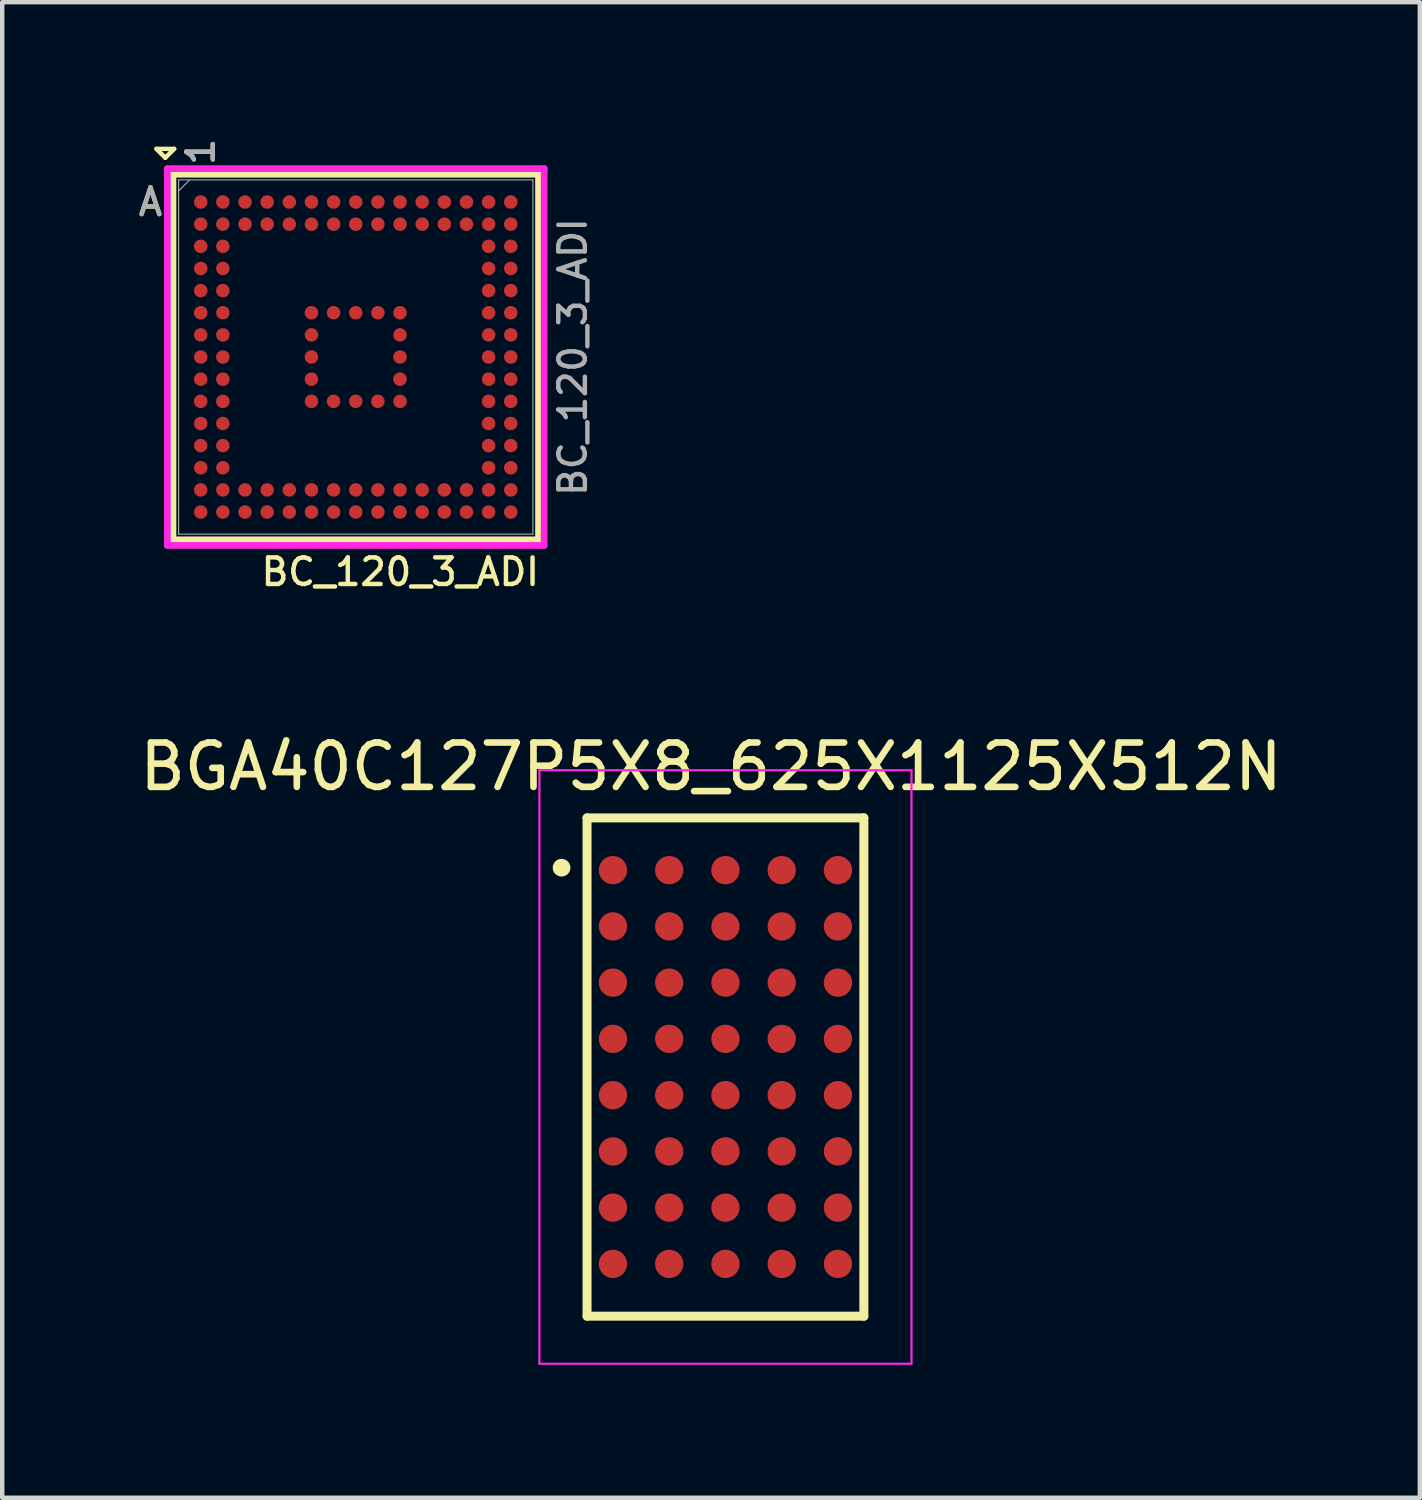
<source format=kicad_pcb>
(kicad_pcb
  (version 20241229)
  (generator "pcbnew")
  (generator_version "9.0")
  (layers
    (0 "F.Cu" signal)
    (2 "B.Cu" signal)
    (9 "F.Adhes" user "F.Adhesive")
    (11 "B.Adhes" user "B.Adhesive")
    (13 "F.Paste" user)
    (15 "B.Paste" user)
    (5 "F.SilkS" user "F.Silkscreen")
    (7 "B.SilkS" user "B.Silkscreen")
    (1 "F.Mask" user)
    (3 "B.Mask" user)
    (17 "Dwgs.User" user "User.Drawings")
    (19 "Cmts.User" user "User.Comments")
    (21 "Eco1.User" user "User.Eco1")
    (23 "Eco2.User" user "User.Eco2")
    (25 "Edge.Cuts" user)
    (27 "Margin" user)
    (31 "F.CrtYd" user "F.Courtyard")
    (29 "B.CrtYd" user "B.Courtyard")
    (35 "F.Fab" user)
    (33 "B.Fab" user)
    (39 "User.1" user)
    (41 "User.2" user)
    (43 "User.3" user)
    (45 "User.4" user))
  (footprint "BC_120_3_ADI"
    (layer "F.Cu")
    (at 4.982 5.011)
    (property "Reference" "BC_120_3_ADI" (at 4.2 4.5 0) (unlocked yes) (layer "F.SilkS") (effects (font (size 0.6 0.6) (thickness 0.1)) (justify right top)))
    (attr smd)
    (fp_line (start -4.5 -4.7) (end -4.1 -4.7) (stroke (width 0.1) (type default)) (layer "F.SilkS"))
    (fp_line (start -4.3 -4.5) (end -4.5 -4.7) (stroke (width 0.1) (type default)) (layer "F.SilkS"))
    (fp_line (start -4.127 -4.127) (end -4.127 4.127) (stroke (width 0.152) (type solid)) (layer "F.SilkS"))
    (fp_line (start -4.127 4.127) (end 4.127 4.127) (stroke (width 0.152) (type solid)) (layer "F.SilkS"))
    (fp_line (start -4.1 -4.7) (end -4.3 -4.5) (stroke (width 0.1) (type default)) (layer "F.SilkS"))
    (fp_line (start 4.127 -4.127) (end -4.127 -4.127) (stroke (width 0.152) (type solid)) (layer "F.SilkS"))
    (fp_line (start 4.127 4.127) (end 4.127 -4.127) (stroke (width 0.152) (type solid)) (layer "F.SilkS"))
    (fp_line (start -4.254 -4.254) (end 4.254 -4.254) (stroke (width 0.152) (type solid)) (layer "F.CrtYd"))
    (fp_line (start -4.254 4.254) (end -4.254 -4.254) (stroke (width 0.152) (type solid)) (layer "F.CrtYd"))
    (fp_line (start 4.254 -4.254) (end 4.254 4.254) (stroke (width 0.152) (type solid)) (layer "F.CrtYd"))
    (fp_line (start 4.254 4.254) (end -4.254 4.254) (stroke (width 0.152) (type solid)) (layer "F.CrtYd"))
    (fp_line (start -4 -4) (end -4 4) (stroke (width 0.025) (type solid)) (layer "F.Fab"))
    (fp_line (start -4 4) (end 4 4) (stroke (width 0.025) (type solid)) (layer "F.Fab"))
    (fp_line (start -3.75 -4) (end -4 -3.75) (stroke (width 0.025) (type solid)) (layer "F.Fab"))
    (fp_line (start 4 -4) (end -4 -4) (stroke (width 0.025) (type solid)) (layer "F.Fab"))
    (fp_line (start 4 4) (end 4 -4) (stroke (width 0.025) (type solid)) (layer "F.Fab"))
    (fp_text user "A" (at -4.635 -3.5 0) (unlocked yes) (layer "F.SilkS") (effects (font (size 0.6 0.6) (thickness 0.1) (bold yes))))
    (fp_text user "1" (at -3.5 -4.635 90) (unlocked yes) (layer "F.SilkS") (effects (font (size 0.6 0.6) (thickness 0.1))))
    (fp_text user "A" (at -4.635 -3.5 0) (unlocked yes) (layer "F.Fab") (effects (font (size 0.6 0.6) (thickness 0.1))))
    (fp_text user "1" (at -3.5 -4.635 90) (unlocked yes) (layer "F.Fab") (effects (font (size 0.6 0.6) (thickness 0.1))))
    (fp_text user "${REFERENCE}" (at 4.9 0 90) (unlocked yes) (layer "F.Fab") (effects (font (size 0.6 0.6) (thickness 0.1))))
    (pad "A1" smd circle (at -3.5 -3.5) (size 0.305 0.305) (layers "F.Cu" "F.Mask" "F.Paste"))
    (pad "A2" smd circle (at -3 -3.5) (size 0.305 0.305) (layers "F.Cu" "F.Mask" "F.Paste"))
    (pad "A3" smd circle (at -2.5 -3.5) (size 0.305 0.305) (layers "F.Cu" "F.Mask" "F.Paste"))
    (pad "A4" smd circle (at -2 -3.5) (size 0.305 0.305) (layers "F.Cu" "F.Mask" "F.Paste"))
    (pad "A5" smd circle (at -1.5 -3.5) (size 0.305 0.305) (layers "F.Cu" "F.Mask" "F.Paste"))
    (pad "A6" smd circle (at -1 -3.5) (size 0.305 0.305) (layers "F.Cu" "F.Mask" "F.Paste"))
    (pad "A7" smd circle (at -0.5 -3.5) (size 0.305 0.305) (layers "F.Cu" "F.Mask" "F.Paste"))
    (pad "A8" smd circle (at 0 -3.5) (size 0.305 0.305) (layers "F.Cu" "F.Mask" "F.Paste"))
    (pad "A9" smd circle (at 0.5 -3.5) (size 0.305 0.305) (layers "F.Cu" "F.Mask" "F.Paste"))
    (pad "A10" smd circle (at 1 -3.5) (size 0.305 0.305) (layers "F.Cu" "F.Mask" "F.Paste"))
    (pad "A11" smd circle (at 1.5 -3.5) (size 0.305 0.305) (layers "F.Cu" "F.Mask" "F.Paste"))
    (pad "A12" smd circle (at 2 -3.5) (size 0.305 0.305) (layers "F.Cu" "F.Mask" "F.Paste"))
    (pad "A13" smd circle (at 2.5 -3.5) (size 0.305 0.305) (layers "F.Cu" "F.Mask" "F.Paste"))
    (pad "A14" smd circle (at 3 -3.5) (size 0.305 0.305) (layers "F.Cu" "F.Mask" "F.Paste"))
    (pad "A15" smd circle (at 3.5 -3.5) (size 0.305 0.305) (layers "F.Cu" "F.Mask" "F.Paste"))
    (pad "B1" smd circle (at -3.5 -3) (size 0.305 0.305) (layers "F.Cu" "F.Mask" "F.Paste"))
    (pad "B2" smd circle (at -3 -3) (size 0.305 0.305) (layers "F.Cu" "F.Mask" "F.Paste"))
    (pad "B3" smd circle (at -2.5 -3) (size 0.305 0.305) (layers "F.Cu" "F.Mask" "F.Paste"))
    (pad "B4" smd circle (at -2 -3) (size 0.305 0.305) (layers "F.Cu" "F.Mask" "F.Paste"))
    (pad "B5" smd circle (at -1.5 -3) (size 0.305 0.305) (layers "F.Cu" "F.Mask" "F.Paste"))
    (pad "B6" smd circle (at -1 -3) (size 0.305 0.305) (layers "F.Cu" "F.Mask" "F.Paste"))
    (pad "B7" smd circle (at -0.5 -3) (size 0.305 0.305) (layers "F.Cu" "F.Mask" "F.Paste"))
    (pad "B8" smd circle (at 0 -3) (size 0.305 0.305) (layers "F.Cu" "F.Mask" "F.Paste"))
    (pad "B9" smd circle (at 0.5 -3) (size 0.305 0.305) (layers "F.Cu" "F.Mask" "F.Paste"))
    (pad "B10" smd circle (at 1 -3) (size 0.305 0.305) (layers "F.Cu" "F.Mask" "F.Paste"))
    (pad "B11" smd circle (at 1.5 -3) (size 0.305 0.305) (layers "F.Cu" "F.Mask" "F.Paste"))
    (pad "B12" smd circle (at 2 -3) (size 0.305 0.305) (layers "F.Cu" "F.Mask" "F.Paste"))
    (pad "B13" smd circle (at 2.5 -3) (size 0.305 0.305) (layers "F.Cu" "F.Mask" "F.Paste"))
    (pad "B14" smd circle (at 3 -3) (size 0.305 0.305) (layers "F.Cu" "F.Mask" "F.Paste"))
    (pad "B15" smd circle (at 3.5 -3) (size 0.305 0.305) (layers "F.Cu" "F.Mask" "F.Paste"))
    (pad "C1" smd circle (at -3.5 -2.5) (size 0.305 0.305) (layers "F.Cu" "F.Mask" "F.Paste"))
    (pad "C2" smd circle (at -3 -2.5) (size 0.305 0.305) (layers "F.Cu" "F.Mask" "F.Paste"))
    (pad "C14" smd circle (at 3 -2.5) (size 0.305 0.305) (layers "F.Cu" "F.Mask" "F.Paste"))
    (pad "C15" smd circle (at 3.5 -2.5) (size 0.305 0.305) (layers "F.Cu" "F.Mask" "F.Paste"))
    (pad "D1" smd circle (at -3.5 -2) (size 0.305 0.305) (layers "F.Cu" "F.Mask" "F.Paste"))
    (pad "D2" smd circle (at -3 -2) (size 0.305 0.305) (layers "F.Cu" "F.Mask" "F.Paste"))
    (pad "D14" smd circle (at 3 -2) (size 0.305 0.305) (layers "F.Cu" "F.Mask" "F.Paste"))
    (pad "D15" smd circle (at 3.5 -2) (size 0.305 0.305) (layers "F.Cu" "F.Mask" "F.Paste"))
    (pad "E1" smd circle (at -3.5 -1.5) (size 0.305 0.305) (layers "F.Cu" "F.Mask" "F.Paste"))
    (pad "E2" smd circle (at -3 -1.5) (size 0.305 0.305) (layers "F.Cu" "F.Mask" "F.Paste"))
    (pad "E14" smd circle (at 3 -1.5) (size 0.305 0.305) (layers "F.Cu" "F.Mask" "F.Paste"))
    (pad "E15" smd circle (at 3.5 -1.5) (size 0.305 0.305) (layers "F.Cu" "F.Mask" "F.Paste"))
    (pad "F1" smd circle (at -3.5 -1) (size 0.305 0.305) (layers "F.Cu" "F.Mask" "F.Paste"))
    (pad "F2" smd circle (at -3 -1) (size 0.305 0.305) (layers "F.Cu" "F.Mask" "F.Paste"))
    (pad "F6" smd circle (at -1 -1) (size 0.305 0.305) (layers "F.Cu" "F.Mask" "F.Paste"))
    (pad "F7" smd circle (at -0.5 -1) (size 0.305 0.305) (layers "F.Cu" "F.Mask" "F.Paste"))
    (pad "F8" smd circle (at 0 -1) (size 0.305 0.305) (layers "F.Cu" "F.Mask" "F.Paste"))
    (pad "F9" smd circle (at 0.5 -1) (size 0.305 0.305) (layers "F.Cu" "F.Mask" "F.Paste"))
    (pad "F10" smd circle (at 1 -1) (size 0.305 0.305) (layers "F.Cu" "F.Mask" "F.Paste"))
    (pad "F14" smd circle (at 3 -1) (size 0.305 0.305) (layers "F.Cu" "F.Mask" "F.Paste"))
    (pad "F15" smd circle (at 3.5 -1) (size 0.305 0.305) (layers "F.Cu" "F.Mask" "F.Paste"))
    (pad "G1" smd circle (at -3.5 -0.5) (size 0.305 0.305) (layers "F.Cu" "F.Mask" "F.Paste"))
    (pad "G2" smd circle (at -3 -0.5) (size 0.305 0.305) (layers "F.Cu" "F.Mask" "F.Paste"))
    (pad "G6" smd circle (at -1 -0.5) (size 0.305 0.305) (layers "F.Cu" "F.Mask" "F.Paste"))
    (pad "G10" smd circle (at 1 -0.5) (size 0.305 0.305) (layers "F.Cu" "F.Mask" "F.Paste"))
    (pad "G14" smd circle (at 3 -0.5) (size 0.305 0.305) (layers "F.Cu" "F.Mask" "F.Paste"))
    (pad "G15" smd circle (at 3.5 -0.5) (size 0.305 0.305) (layers "F.Cu" "F.Mask" "F.Paste"))
    (pad "H1" smd circle (at -3.5 0) (size 0.305 0.305) (layers "F.Cu" "F.Mask" "F.Paste"))
    (pad "H2" smd circle (at -3 0) (size 0.305 0.305) (layers "F.Cu" "F.Mask" "F.Paste"))
    (pad "H6" smd circle (at -1 0) (size 0.305 0.305) (layers "F.Cu" "F.Mask" "F.Paste"))
    (pad "H10" smd circle (at 1 0) (size 0.305 0.305) (layers "F.Cu" "F.Mask" "F.Paste"))
    (pad "H14" smd circle (at 3 0) (size 0.305 0.305) (layers "F.Cu" "F.Mask" "F.Paste"))
    (pad "H15" smd circle (at 3.5 0) (size 0.305 0.305) (layers "F.Cu" "F.Mask" "F.Paste"))
    (pad "J1" smd circle (at -3.5 0.5) (size 0.305 0.305) (layers "F.Cu" "F.Mask" "F.Paste"))
    (pad "J2" smd circle (at -3 0.5) (size 0.305 0.305) (layers "F.Cu" "F.Mask" "F.Paste"))
    (pad "J6" smd circle (at -1 0.5) (size 0.305 0.305) (layers "F.Cu" "F.Mask" "F.Paste"))
    (pad "J10" smd circle (at 1 0.5) (size 0.305 0.305) (layers "F.Cu" "F.Mask" "F.Paste"))
    (pad "J14" smd circle (at 3 0.5) (size 0.305 0.305) (layers "F.Cu" "F.Mask" "F.Paste"))
    (pad "J15" smd circle (at 3.5 0.5) (size 0.305 0.305) (layers "F.Cu" "F.Mask" "F.Paste"))
    (pad "K1" smd circle (at -3.5 1) (size 0.305 0.305) (layers "F.Cu" "F.Mask" "F.Paste"))
    (pad "K2" smd circle (at -3 1) (size 0.305 0.305) (layers "F.Cu" "F.Mask" "F.Paste"))
    (pad "K6" smd circle (at -1 1) (size 0.305 0.305) (layers "F.Cu" "F.Mask" "F.Paste"))
    (pad "K7" smd circle (at -0.5 1) (size 0.305 0.305) (layers "F.Cu" "F.Mask" "F.Paste"))
    (pad "K8" smd circle (at 0 1) (size 0.305 0.305) (layers "F.Cu" "F.Mask" "F.Paste"))
    (pad "K9" smd circle (at 0.5 1) (size 0.305 0.305) (layers "F.Cu" "F.Mask" "F.Paste"))
    (pad "K10" smd circle (at 1 1) (size 0.305 0.305) (layers "F.Cu" "F.Mask" "F.Paste"))
    (pad "K14" smd circle (at 3 1) (size 0.305 0.305) (layers "F.Cu" "F.Mask" "F.Paste"))
    (pad "K15" smd circle (at 3.5 1) (size 0.305 0.305) (layers "F.Cu" "F.Mask" "F.Paste"))
    (pad "L1" smd circle (at -3.5 1.5) (size 0.305 0.305) (layers "F.Cu" "F.Mask" "F.Paste"))
    (pad "L2" smd circle (at -3 1.5) (size 0.305 0.305) (layers "F.Cu" "F.Mask" "F.Paste"))
    (pad "L14" smd circle (at 3 1.5) (size 0.305 0.305) (layers "F.Cu" "F.Mask" "F.Paste"))
    (pad "L15" smd circle (at 3.5 1.5) (size 0.305 0.305) (layers "F.Cu" "F.Mask" "F.Paste"))
    (pad "M1" smd circle (at -3.5 2) (size 0.305 0.305) (layers "F.Cu" "F.Mask" "F.Paste"))
    (pad "M2" smd circle (at -3 2) (size 0.305 0.305) (layers "F.Cu" "F.Mask" "F.Paste"))
    (pad "M14" smd circle (at 3 2) (size 0.305 0.305) (layers "F.Cu" "F.Mask" "F.Paste"))
    (pad "M15" smd circle (at 3.5 2) (size 0.305 0.305) (layers "F.Cu" "F.Mask" "F.Paste"))
    (pad "N1" smd circle (at -3.5 2.5) (size 0.305 0.305) (layers "F.Cu" "F.Mask" "F.Paste"))
    (pad "N2" smd circle (at -3 2.5) (size 0.305 0.305) (layers "F.Cu" "F.Mask" "F.Paste"))
    (pad "N14" smd circle (at 3 2.5) (size 0.305 0.305) (layers "F.Cu" "F.Mask" "F.Paste"))
    (pad "N15" smd circle (at 3.5 2.5) (size 0.305 0.305) (layers "F.Cu" "F.Mask" "F.Paste"))
    (pad "P1" smd circle (at -3.5 3) (size 0.305 0.305) (layers "F.Cu" "F.Mask" "F.Paste"))
    (pad "P2" smd circle (at -3 3) (size 0.305 0.305) (layers "F.Cu" "F.Mask" "F.Paste"))
    (pad "P3" smd circle (at -2.5 3) (size 0.305 0.305) (layers "F.Cu" "F.Mask" "F.Paste"))
    (pad "P4" smd circle (at -2 3) (size 0.305 0.305) (layers "F.Cu" "F.Mask" "F.Paste"))
    (pad "P5" smd circle (at -1.5 3) (size 0.305 0.305) (layers "F.Cu" "F.Mask" "F.Paste"))
    (pad "P6" smd circle (at -1 3) (size 0.305 0.305) (layers "F.Cu" "F.Mask" "F.Paste"))
    (pad "P7" smd circle (at -0.5 3) (size 0.305 0.305) (layers "F.Cu" "F.Mask" "F.Paste"))
    (pad "P8" smd circle (at 0 3) (size 0.305 0.305) (layers "F.Cu" "F.Mask" "F.Paste"))
    (pad "P9" smd circle (at 0.5 3) (size 0.305 0.305) (layers "F.Cu" "F.Mask" "F.Paste"))
    (pad "P10" smd circle (at 1 3) (size 0.305 0.305) (layers "F.Cu" "F.Mask" "F.Paste"))
    (pad "P11" smd circle (at 1.5 3) (size 0.305 0.305) (layers "F.Cu" "F.Mask" "F.Paste"))
    (pad "P12" smd circle (at 2 3) (size 0.305 0.305) (layers "F.Cu" "F.Mask" "F.Paste"))
    (pad "P13" smd circle (at 2.5 3) (size 0.305 0.305) (layers "F.Cu" "F.Mask" "F.Paste"))
    (pad "P14" smd circle (at 3 3) (size 0.305 0.305) (layers "F.Cu" "F.Mask" "F.Paste"))
    (pad "P15" smd circle (at 3.5 3) (size 0.305 0.305) (layers "F.Cu" "F.Mask" "F.Paste"))
    (pad "R1" smd circle (at -3.5 3.5) (size 0.305 0.305) (layers "F.Cu" "F.Mask" "F.Paste"))
    (pad "R2" smd circle (at -3 3.5) (size 0.305 0.305) (layers "F.Cu" "F.Mask" "F.Paste"))
    (pad "R3" smd circle (at -2.5 3.5) (size 0.305 0.305) (layers "F.Cu" "F.Mask" "F.Paste"))
    (pad "R4" smd circle (at -2 3.5) (size 0.305 0.305) (layers "F.Cu" "F.Mask" "F.Paste"))
    (pad "R5" smd circle (at -1.5 3.5) (size 0.305 0.305) (layers "F.Cu" "F.Mask" "F.Paste"))
    (pad "R6" smd circle (at -1 3.5) (size 0.305 0.305) (layers "F.Cu" "F.Mask" "F.Paste"))
    (pad "R7" smd circle (at -0.5 3.5) (size 0.305 0.305) (layers "F.Cu" "F.Mask" "F.Paste"))
    (pad "R8" smd circle (at 0 3.5) (size 0.305 0.305) (layers "F.Cu" "F.Mask" "F.Paste"))
    (pad "R9" smd circle (at 0.5 3.5) (size 0.305 0.305) (layers "F.Cu" "F.Mask" "F.Paste"))
    (pad "R10" smd circle (at 1 3.5) (size 0.305 0.305) (layers "F.Cu" "F.Mask" "F.Paste"))
    (pad "R11" smd circle (at 1.5 3.5) (size 0.305 0.305) (layers "F.Cu" "F.Mask" "F.Paste"))
    (pad "R12" smd circle (at 2 3.5) (size 0.305 0.305) (layers "F.Cu" "F.Mask" "F.Paste"))
    (pad "R13" smd circle (at 2.5 3.5) (size 0.305 0.305) (layers "F.Cu" "F.Mask" "F.Paste"))
    (pad "R14" smd circle (at 3 3.5) (size 0.305 0.305) (layers "F.Cu" "F.Mask" "F.Paste"))
    (pad "R15" smd circle (at 3.5 3.5) (size 0.305 0.305) (layers "F.Cu" "F.Mask" "F.Paste")))
  (footprint "BGA40C127P5X8_625X1125X512N"
    (layer "F.Cu")
    (at 13.329 21.041)
    (property "Reference" "BGA40C127P5X8_625X1125X512N" (at -0.326 -6.781 0) (layer "F.SilkS") (effects (font (size 1.002 1.002) (thickness 0.15))))
    (attr smd)
    (fp_line (start -3.125 -5.625) (end -3.125 5.625) (stroke (width 0.203) (type solid)) (layer "F.SilkS"))
    (fp_line (start -3.125 5.625) (end 3.125 5.625) (stroke (width 0.203) (type solid)) (layer "F.SilkS"))
    (fp_line (start 3.125 -5.625) (end -3.125 -5.625) (stroke (width 0.203) (type solid)) (layer "F.SilkS"))
    (fp_line (start 3.125 5.625) (end 3.125 -5.625) (stroke (width 0.203) (type solid)) (layer "F.SilkS"))
    (fp_circle (center -3.7 -4.5) (end -3.6 -4.5) (stroke (width 0.2) (type solid)) (fill no) (layer "F.SilkS"))
    (fp_line (start -4.2 -6.7) (end 4.2 -6.7) (stroke (width 0.05) (type solid)) (layer "F.CrtYd"))
    (fp_line (start -4.2 6.7) (end -4.2 -6.7) (stroke (width 0.05) (type solid)) (layer "F.CrtYd"))
    (fp_line (start 4.2 -6.7) (end 4.2 6.7) (stroke (width 0.05) (type solid)) (layer "F.CrtYd"))
    (fp_line (start 4.2 6.7) (end -4.2 6.7) (stroke (width 0.05) (type solid)) (layer "F.CrtYd"))
    (pad "A1" smd circle (at -2.54 -4.445) (size 0.64 0.64) (layers "F.Cu" "F.Mask" "F.Paste"))
    (pad "A2" smd circle (at -1.27 -4.445) (size 0.64 0.64) (layers "F.Cu" "F.Mask" "F.Paste"))
    (pad "A3" smd circle (at 0 -4.445) (size 0.64 0.64) (layers "F.Cu" "F.Mask" "F.Paste"))
    (pad "A4" smd circle (at 1.27 -4.445) (size 0.64 0.64) (layers "F.Cu" "F.Mask" "F.Paste"))
    (pad "A5" smd circle (at 2.54 -4.445) (size 0.64 0.64) (layers "F.Cu" "F.Mask" "F.Paste"))
    (pad "B1" smd circle (at -2.54 -3.175) (size 0.64 0.64) (layers "F.Cu" "F.Mask" "F.Paste"))
    (pad "B2" smd circle (at -1.27 -3.175) (size 0.64 0.64) (layers "F.Cu" "F.Mask" "F.Paste"))
    (pad "B3" smd circle (at 0 -3.175) (size 0.64 0.64) (layers "F.Cu" "F.Mask" "F.Paste"))
    (pad "B4" smd circle (at 1.27 -3.175) (size 0.64 0.64) (layers "F.Cu" "F.Mask" "F.Paste"))
    (pad "B5" smd circle (at 2.54 -3.175) (size 0.64 0.64) (layers "F.Cu" "F.Mask" "F.Paste"))
    (pad "C1" smd circle (at -2.54 -1.905) (size 0.64 0.64) (layers "F.Cu" "F.Mask" "F.Paste"))
    (pad "C2" smd circle (at -1.27 -1.905) (size 0.64 0.64) (layers "F.Cu" "F.Mask" "F.Paste"))
    (pad "C3" smd circle (at 0 -1.905) (size 0.64 0.64) (layers "F.Cu" "F.Mask" "F.Paste"))
    (pad "C4" smd circle (at 1.27 -1.905) (size 0.64 0.64) (layers "F.Cu" "F.Mask" "F.Paste"))
    (pad "C5" smd circle (at 2.54 -1.905) (size 0.64 0.64) (layers "F.Cu" "F.Mask" "F.Paste"))
    (pad "D1" smd circle (at -2.54 -0.635) (size 0.64 0.64) (layers "F.Cu" "F.Mask" "F.Paste"))
    (pad "D2" smd circle (at -1.27 -0.635) (size 0.64 0.64) (layers "F.Cu" "F.Mask" "F.Paste"))
    (pad "D3" smd circle (at 0 -0.635) (size 0.64 0.64) (layers "F.Cu" "F.Mask" "F.Paste"))
    (pad "D4" smd circle (at 1.27 -0.635) (size 0.64 0.64) (layers "F.Cu" "F.Mask" "F.Paste"))
    (pad "D5" smd circle (at 2.54 -0.635) (size 0.64 0.64) (layers "F.Cu" "F.Mask" "F.Paste"))
    (pad "E1" smd circle (at -2.54 0.635) (size 0.64 0.64) (layers "F.Cu" "F.Mask" "F.Paste"))
    (pad "E2" smd circle (at -1.27 0.635) (size 0.64 0.64) (layers "F.Cu" "F.Mask" "F.Paste"))
    (pad "E3" smd circle (at 0 0.635) (size 0.64 0.64) (layers "F.Cu" "F.Mask" "F.Paste"))
    (pad "E4" smd circle (at 1.27 0.635) (size 0.64 0.64) (layers "F.Cu" "F.Mask" "F.Paste"))
    (pad "E5" smd circle (at 2.54 0.635) (size 0.64 0.64) (layers "F.Cu" "F.Mask" "F.Paste"))
    (pad "F1" smd circle (at -2.54 1.905) (size 0.64 0.64) (layers "F.Cu" "F.Mask" "F.Paste"))
    (pad "F2" smd circle (at -1.27 1.905) (size 0.64 0.64) (layers "F.Cu" "F.Mask" "F.Paste"))
    (pad "F3" smd circle (at 0 1.905) (size 0.64 0.64) (layers "F.Cu" "F.Mask" "F.Paste"))
    (pad "F4" smd circle (at 1.27 1.905) (size 0.64 0.64) (layers "F.Cu" "F.Mask" "F.Paste"))
    (pad "F5" smd circle (at 2.54 1.905) (size 0.64 0.64) (layers "F.Cu" "F.Mask" "F.Paste"))
    (pad "G1" smd circle (at -2.54 3.175) (size 0.64 0.64) (layers "F.Cu" "F.Mask" "F.Paste"))
    (pad "G2" smd circle (at -1.27 3.175) (size 0.64 0.64) (layers "F.Cu" "F.Mask" "F.Paste"))
    (pad "G3" smd circle (at 0 3.175) (size 0.64 0.64) (layers "F.Cu" "F.Mask" "F.Paste"))
    (pad "G4" smd circle (at 1.27 3.175) (size 0.64 0.64) (layers "F.Cu" "F.Mask" "F.Paste"))
    (pad "G5" smd circle (at 2.54 3.175) (size 0.64 0.64) (layers "F.Cu" "F.Mask" "F.Paste"))
    (pad "H1" smd circle (at -2.54 4.445) (size 0.64 0.64) (layers "F.Cu" "F.Mask" "F.Paste"))
    (pad "H2" smd circle (at -1.27 4.445) (size 0.64 0.64) (layers "F.Cu" "F.Mask" "F.Paste"))
    (pad "H3" smd circle (at 0 4.445) (size 0.64 0.64) (layers "F.Cu" "F.Mask" "F.Paste"))
    (pad "H4" smd circle (at 1.27 4.445) (size 0.64 0.64) (layers "F.Cu" "F.Mask" "F.Paste"))
    (pad "H5" smd circle (at 2.54 4.445) (size 0.64 0.64) (layers "F.Cu" "F.Mask" "F.Paste")))
  (gr_rect
    (start -3 -3)
    (end 29.007 30.766)
    (stroke (width 0.1) (type default))
    (fill no)
    (layer "Edge.Cuts")))
</source>
